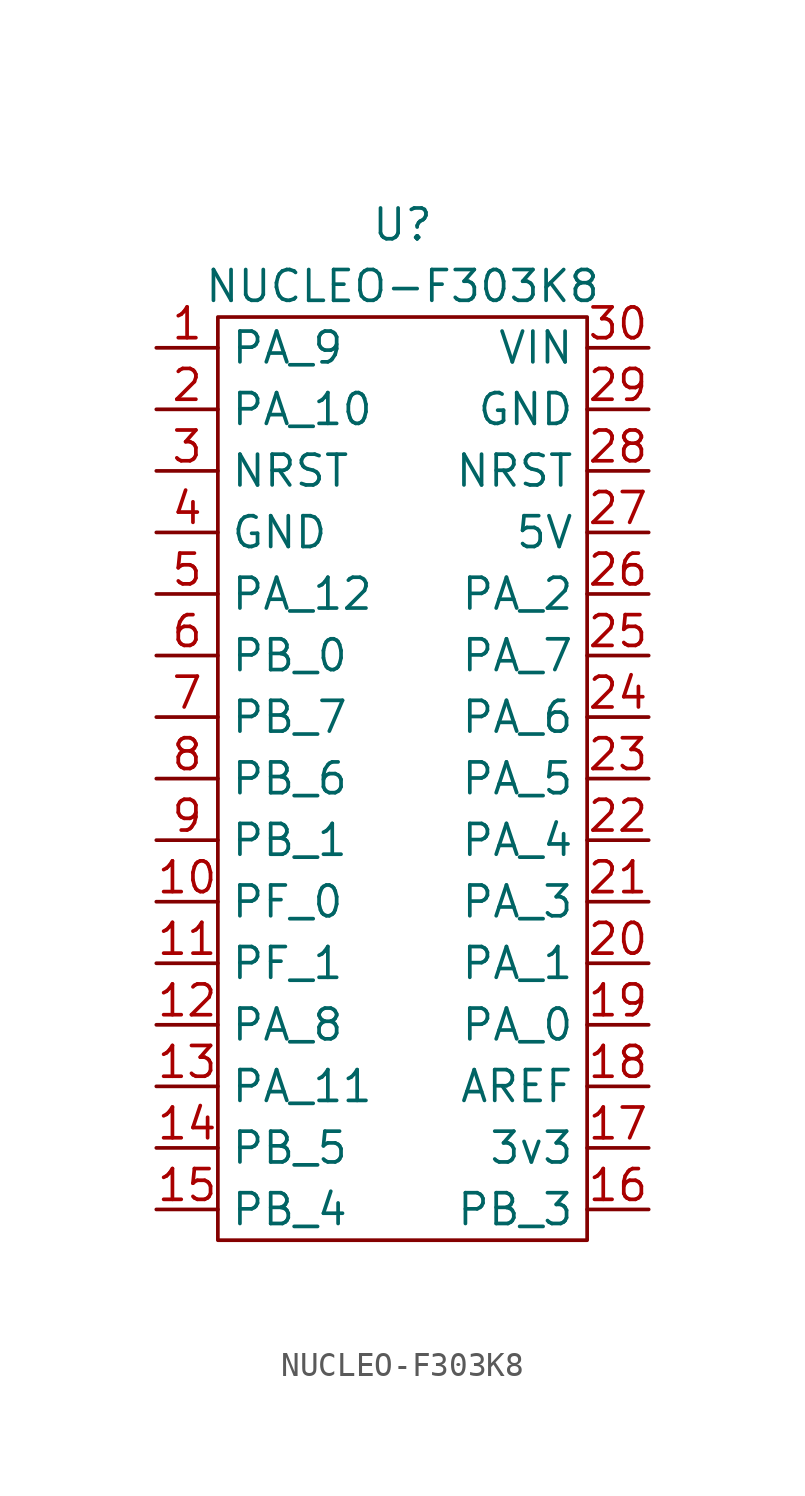
<source format=kicad_sym>
(kicad_symbol_lib
  (version 20211014)
  (generator kicad_symbol_editor)
  (symbol "NUCLEO-F303K8"
    (property "Reference" "U"
      (at 0 13.97 0)
      (effects (font (size 1.27 1.27))))
    (property "Value" "NUCLEO-F303K8"
      (at 0 11.43 0)
      (effects (font (size 1.27 1.27))))
    (symbol "NUCLEO-F303K8_0_1"
      (rectangle (start -7.62 10.16) (end 7.62 -27.94) (stroke (width 0) (type default) (color 0 0 0 0)) (fill (type none))))
    (symbol "NUCLEO-F303K8_1_1"
      (pin bidirectional line (at -10.16 8.89 0) (length 2.54) (name "PA_9" (effects (font (size 1.27 1.27)))) (number "1" (effects (font (size 1.27 1.27)))))
      (pin bidirectional line (at -10.16 -13.97 0) (length 2.54) (name "PF_0" (effects (font (size 1.27 1.27)))) (number "10" (effects (font (size 1.27 1.27)))))
      (pin bidirectional line (at -10.16 -16.51 0) (length 2.54) (name "PF_1" (effects (font (size 1.27 1.27)))) (number "11" (effects (font (size 1.27 1.27)))))
      (pin bidirectional line (at -10.16 -19.05 0) (length 2.54) (name "PA_8" (effects (font (size 1.27 1.27)))) (number "12" (effects (font (size 1.27 1.27)))))
      (pin bidirectional line (at -10.16 -21.59 0) (length 2.54) (name "PA_11" (effects (font (size 1.27 1.27)))) (number "13" (effects (font (size 1.27 1.27)))))
      (pin bidirectional line (at -10.16 -24.13 0) (length 2.54) (name "PB_5" (effects (font (size 1.27 1.27)))) (number "14" (effects (font (size 1.27 1.27)))))
      (pin bidirectional line (at -10.16 -26.67 0) (length 2.54) (name "PB_4" (effects (font (size 1.27 1.27)))) (number "15" (effects (font (size 1.27 1.27)))))
      (pin bidirectional line (at 10.16 -26.67 180) (length 2.54) (name "PB_3" (effects (font (size 1.27 1.27)))) (number "16" (effects (font (size 1.27 1.27)))))
      (pin power_out line (at 10.16 -24.13 180) (length 2.54) (name "3v3" (effects (font (size 1.27 1.27)))) (number "17" (effects (font (size 1.27 1.27)))))
      (pin power_out line (at 10.16 -21.59 180) (length 2.54) (name "AREF" (effects (font (size 1.27 1.27)))) (number "18" (effects (font (size 1.27 1.27)))))
      (pin bidirectional line (at 10.16 -19.05 180) (length 2.54) (name "PA_0" (effects (font (size 1.27 1.27)))) (number "19" (effects (font (size 1.27 1.27)))))
      (pin bidirectional line (at -10.16 6.35 0) (length 2.54) (name "PA_10" (effects (font (size 1.27 1.27)))) (number "2" (effects (font (size 1.27 1.27)))))
      (pin bidirectional line (at 10.16 -16.51 180) (length 2.54) (name "PA_1" (effects (font (size 1.27 1.27)))) (number "20" (effects (font (size 1.27 1.27)))))
      (pin bidirectional line (at 10.16 -13.97 180) (length 2.54) (name "PA_3" (effects (font (size 1.27 1.27)))) (number "21" (effects (font (size 1.27 1.27)))))
      (pin bidirectional line (at 10.16 -11.43 180) (length 2.54) (name "PA_4" (effects (font (size 1.27 1.27)))) (number "22" (effects (font (size 1.27 1.27)))))
      (pin bidirectional line (at 10.16 -8.89 180) (length 2.54) (name "PA_5" (effects (font (size 1.27 1.27)))) (number "23" (effects (font (size 1.27 1.27)))))
      (pin bidirectional line (at 10.16 -6.35 180) (length 2.54) (name "PA_6" (effects (font (size 1.27 1.27)))) (number "24" (effects (font (size 1.27 1.27)))))
      (pin bidirectional line (at 10.16 -3.81 180) (length 2.54) (name "PA_7" (effects (font (size 1.27 1.27)))) (number "25" (effects (font (size 1.27 1.27)))))
      (pin bidirectional line (at 10.16 -1.27 180) (length 2.54) (name "PA_2" (effects (font (size 1.27 1.27)))) (number "26" (effects (font (size 1.27 1.27)))))
      (pin power_out line (at 10.16 1.27 180) (length 2.54) (name "5V" (effects (font (size 1.27 1.27)))) (number "27" (effects (font (size 1.27 1.27)))))
      (pin input line (at 10.16 3.81 180) (length 2.54) (name "NRST" (effects (font (size 1.27 1.27)))) (number "28" (effects (font (size 1.27 1.27)))))
      (pin power_in line (at 10.16 6.35 180) (length 2.54) (name "GND" (effects (font (size 1.27 1.27)))) (number "29" (effects (font (size 1.27 1.27)))))
      (pin input line (at -10.16 3.81 0) (length 2.54) (name "NRST" (effects (font (size 1.27 1.27)))) (number "3" (effects (font (size 1.27 1.27)))))
      (pin power_in line (at 10.16 8.89 180) (length 2.54) (name "VIN" (effects (font (size 1.27 1.27)))) (number "30" (effects (font (size 1.27 1.27)))))
      (pin power_in line (at -10.16 1.27 0) (length 2.54) (name "GND" (effects (font (size 1.27 1.27)))) (number "4" (effects (font (size 1.27 1.27)))))
      (pin bidirectional line (at -10.16 -1.27 0) (length 2.54) (name "PA_12" (effects (font (size 1.27 1.27)))) (number "5" (effects (font (size 1.27 1.27)))))
      (pin bidirectional line (at -10.16 -3.81 0) (length 2.54) (name "PB_0" (effects (font (size 1.27 1.27)))) (number "6" (effects (font (size 1.27 1.27)))))
      (pin bidirectional line (at -10.16 -6.35 0) (length 2.54) (name "PB_7" (effects (font (size 1.27 1.27)))) (number "7" (effects (font (size 1.27 1.27)))))
      (pin bidirectional line (at -10.16 -8.89 0) (length 2.54) (name "PB_6" (effects (font (size 1.27 1.27)))) (number "8" (effects (font (size 1.27 1.27)))))
      (pin bidirectional line (at -10.16 -11.43 0) (length 2.54) (name "PB_1" (effects (font (size 1.27 1.27)))) (number "9" (effects (font (size 1.27 1.27))))))))
</source>
